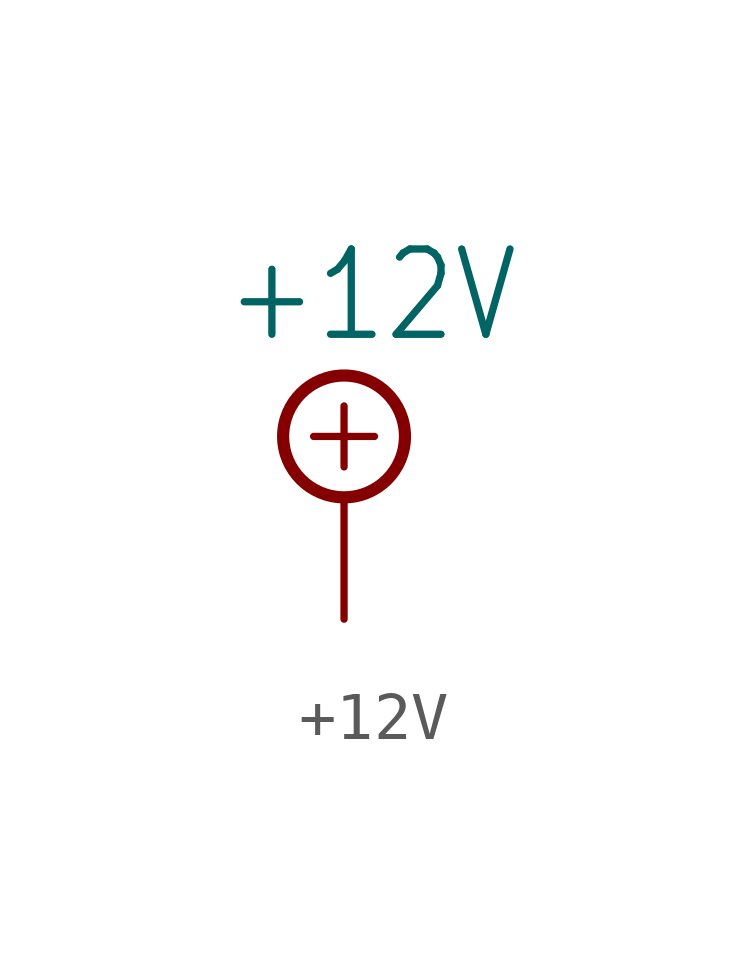
<source format=kicad_sym>
(kicad_symbol_lib
  (version 20220914)
  (generator kicad_symbol_editor)
  (symbol "+12V"
    (power)
    (property "Reference" "#SUPPLY"
      (at 0 0 0)
      (effects (font (size 1.27 1.27)) hide))
    (property "Value" "+12V"
      (at -2.54 3.175 0)
      (effects (font (size 1.778 1.511)) (justify left bottom)))
    (property "ki_locked" ""
      (at 0 0 0)
      (effects (font (size 1.27 1.27))))
    (symbol "+12V_1_0"
      (polyline (pts (xy -0.635 1.27) (xy 0.635 1.27)) (stroke (width 0.152) (type default)) (fill (type none)))
      (polyline (pts (xy 0 1.905) (xy 0 0.635)) (stroke (width 0.152) (type default)) (fill (type none)))
      (circle (center 0 1.27) (radius 1.27) (stroke (width 0.254) (type default)) (fill (type none)))
      (pin power_in line (at 0 -2.54 90) (length 2.54) (name "+12V" (effects (font (size 0 0)))) (number "1" (effects (font (size 0 0))))))))
</source>
